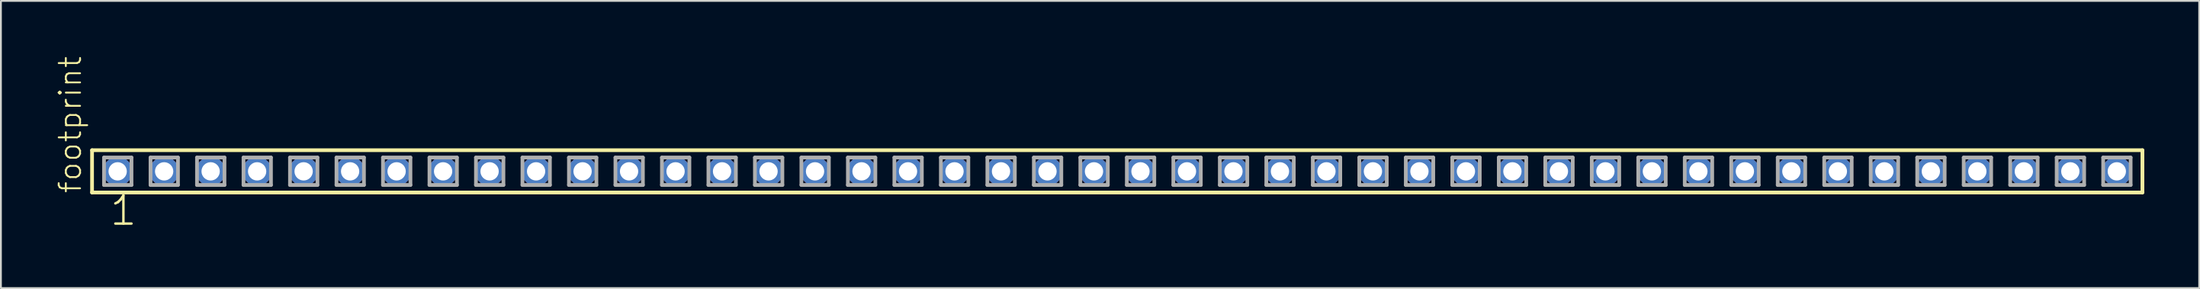
<source format=kicad_pcb>
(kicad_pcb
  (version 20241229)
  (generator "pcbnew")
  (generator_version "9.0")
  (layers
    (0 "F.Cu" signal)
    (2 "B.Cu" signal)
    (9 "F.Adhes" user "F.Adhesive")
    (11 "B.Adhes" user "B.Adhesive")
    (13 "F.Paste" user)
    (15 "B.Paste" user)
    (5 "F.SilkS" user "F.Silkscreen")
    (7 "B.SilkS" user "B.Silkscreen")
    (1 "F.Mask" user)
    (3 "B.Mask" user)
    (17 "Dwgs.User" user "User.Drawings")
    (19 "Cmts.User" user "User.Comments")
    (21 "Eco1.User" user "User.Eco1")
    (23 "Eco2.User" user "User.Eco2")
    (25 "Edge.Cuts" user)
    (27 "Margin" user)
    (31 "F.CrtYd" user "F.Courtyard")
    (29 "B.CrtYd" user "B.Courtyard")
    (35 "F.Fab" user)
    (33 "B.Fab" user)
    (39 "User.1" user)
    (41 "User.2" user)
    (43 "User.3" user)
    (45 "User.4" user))
  (footprint "footprint"
    (layer "F.Cu")
    (at 57.988 6.312)
    (property "Reference" "footprint" (at -56.515 1.27 90) (layer "F.SilkS") (effects (font (size 1.168 1.168) (thickness 0.102)) (justify left bottom)))
    (fp_line (start -56.009 -1.155) (end 56.009 -1.155) (stroke (width 0.203) (type solid)) (layer "F.SilkS"))
    (fp_line (start -56.009 1.155) (end -56.009 -1.155) (stroke (width 0.203) (type solid)) (layer "F.SilkS"))
    (fp_line (start 56.009 -1.155) (end 56.009 1.155) (stroke (width 0.203) (type solid)) (layer "F.SilkS"))
    (fp_line (start 56.009 1.155) (end -56.009 1.155) (stroke (width 0.203) (type solid)) (layer "F.SilkS"))
    (fp_line (start -55.355 -0.755) (end -53.855 -0.755) (stroke (width 0.203) (type solid)) (layer "F.Fab"))
    (fp_line (start -55.355 0.745) (end -55.355 -0.755) (stroke (width 0.203) (type solid)) (layer "F.Fab"))
    (fp_line (start -53.855 -0.755) (end -53.855 0.745) (stroke (width 0.203) (type solid)) (layer "F.Fab"))
    (fp_line (start -53.855 0.745) (end -55.355 0.745) (stroke (width 0.203) (type solid)) (layer "F.Fab"))
    (fp_line (start -52.815 -0.755) (end -51.315 -0.755) (stroke (width 0.203) (type solid)) (layer "F.Fab"))
    (fp_line (start -52.815 0.745) (end -52.815 -0.755) (stroke (width 0.203) (type solid)) (layer "F.Fab"))
    (fp_line (start -51.315 -0.755) (end -51.315 0.745) (stroke (width 0.203) (type solid)) (layer "F.Fab"))
    (fp_line (start -51.315 0.745) (end -52.815 0.745) (stroke (width 0.203) (type solid)) (layer "F.Fab"))
    (fp_line (start -50.275 -0.755) (end -48.775 -0.755) (stroke (width 0.203) (type solid)) (layer "F.Fab"))
    (fp_line (start -50.275 0.745) (end -50.275 -0.755) (stroke (width 0.203) (type solid)) (layer "F.Fab"))
    (fp_line (start -48.775 -0.755) (end -48.775 0.745) (stroke (width 0.203) (type solid)) (layer "F.Fab"))
    (fp_line (start -48.775 0.745) (end -50.275 0.745) (stroke (width 0.203) (type solid)) (layer "F.Fab"))
    (fp_line (start -47.735 -0.755) (end -46.235 -0.755) (stroke (width 0.203) (type solid)) (layer "F.Fab"))
    (fp_line (start -47.735 0.745) (end -47.735 -0.755) (stroke (width 0.203) (type solid)) (layer "F.Fab"))
    (fp_line (start -46.235 -0.755) (end -46.235 0.745) (stroke (width 0.203) (type solid)) (layer "F.Fab"))
    (fp_line (start -46.235 0.745) (end -47.735 0.745) (stroke (width 0.203) (type solid)) (layer "F.Fab"))
    (fp_line (start -45.195 -0.755) (end -43.695 -0.755) (stroke (width 0.203) (type solid)) (layer "F.Fab"))
    (fp_line (start -45.195 0.745) (end -45.195 -0.755) (stroke (width 0.203) (type solid)) (layer "F.Fab"))
    (fp_line (start -43.695 -0.755) (end -43.695 0.745) (stroke (width 0.203) (type solid)) (layer "F.Fab"))
    (fp_line (start -43.695 0.745) (end -45.195 0.745) (stroke (width 0.203) (type solid)) (layer "F.Fab"))
    (fp_line (start -42.655 -0.755) (end -41.155 -0.755) (stroke (width 0.203) (type solid)) (layer "F.Fab"))
    (fp_line (start -42.655 0.745) (end -42.655 -0.755) (stroke (width 0.203) (type solid)) (layer "F.Fab"))
    (fp_line (start -41.155 -0.755) (end -41.155 0.745) (stroke (width 0.203) (type solid)) (layer "F.Fab"))
    (fp_line (start -41.155 0.745) (end -42.655 0.745) (stroke (width 0.203) (type solid)) (layer "F.Fab"))
    (fp_line (start -40.115 -0.755) (end -38.615 -0.755) (stroke (width 0.203) (type solid)) (layer "F.Fab"))
    (fp_line (start -40.115 0.745) (end -40.115 -0.755) (stroke (width 0.203) (type solid)) (layer "F.Fab"))
    (fp_line (start -38.615 -0.755) (end -38.615 0.745) (stroke (width 0.203) (type solid)) (layer "F.Fab"))
    (fp_line (start -38.615 0.745) (end -40.115 0.745) (stroke (width 0.203) (type solid)) (layer "F.Fab"))
    (fp_line (start -37.575 -0.755) (end -36.075 -0.755) (stroke (width 0.203) (type solid)) (layer "F.Fab"))
    (fp_line (start -37.575 0.745) (end -37.575 -0.755) (stroke (width 0.203) (type solid)) (layer "F.Fab"))
    (fp_line (start -36.075 -0.755) (end -36.075 0.745) (stroke (width 0.203) (type solid)) (layer "F.Fab"))
    (fp_line (start -36.075 0.745) (end -37.575 0.745) (stroke (width 0.203) (type solid)) (layer "F.Fab"))
    (fp_line (start -35.035 -0.755) (end -33.535 -0.755) (stroke (width 0.203) (type solid)) (layer "F.Fab"))
    (fp_line (start -35.035 0.745) (end -35.035 -0.755) (stroke (width 0.203) (type solid)) (layer "F.Fab"))
    (fp_line (start -33.535 -0.755) (end -33.535 0.745) (stroke (width 0.203) (type solid)) (layer "F.Fab"))
    (fp_line (start -33.535 0.745) (end -35.035 0.745) (stroke (width 0.203) (type solid)) (layer "F.Fab"))
    (fp_line (start -32.495 -0.755) (end -30.995 -0.755) (stroke (width 0.203) (type solid)) (layer "F.Fab"))
    (fp_line (start -32.495 0.745) (end -32.495 -0.755) (stroke (width 0.203) (type solid)) (layer "F.Fab"))
    (fp_line (start -30.995 -0.755) (end -30.995 0.745) (stroke (width 0.203) (type solid)) (layer "F.Fab"))
    (fp_line (start -30.995 0.745) (end -32.495 0.745) (stroke (width 0.203) (type solid)) (layer "F.Fab"))
    (fp_line (start -29.955 -0.755) (end -28.455 -0.755) (stroke (width 0.203) (type solid)) (layer "F.Fab"))
    (fp_line (start -29.955 0.745) (end -29.955 -0.755) (stroke (width 0.203) (type solid)) (layer "F.Fab"))
    (fp_line (start -28.455 -0.755) (end -28.455 0.745) (stroke (width 0.203) (type solid)) (layer "F.Fab"))
    (fp_line (start -28.455 0.745) (end -29.955 0.745) (stroke (width 0.203) (type solid)) (layer "F.Fab"))
    (fp_line (start -27.415 -0.755) (end -25.915 -0.755) (stroke (width 0.203) (type solid)) (layer "F.Fab"))
    (fp_line (start -27.415 0.745) (end -27.415 -0.755) (stroke (width 0.203) (type solid)) (layer "F.Fab"))
    (fp_line (start -25.915 -0.755) (end -25.915 0.745) (stroke (width 0.203) (type solid)) (layer "F.Fab"))
    (fp_line (start -25.915 0.745) (end -27.415 0.745) (stroke (width 0.203) (type solid)) (layer "F.Fab"))
    (fp_line (start -24.875 -0.755) (end -23.375 -0.755) (stroke (width 0.203) (type solid)) (layer "F.Fab"))
    (fp_line (start -24.875 0.745) (end -24.875 -0.755) (stroke (width 0.203) (type solid)) (layer "F.Fab"))
    (fp_line (start -23.375 -0.755) (end -23.375 0.745) (stroke (width 0.203) (type solid)) (layer "F.Fab"))
    (fp_line (start -23.375 0.745) (end -24.875 0.745) (stroke (width 0.203) (type solid)) (layer "F.Fab"))
    (fp_line (start -22.335 -0.755) (end -20.835 -0.755) (stroke (width 0.203) (type solid)) (layer "F.Fab"))
    (fp_line (start -22.335 0.745) (end -22.335 -0.755) (stroke (width 0.203) (type solid)) (layer "F.Fab"))
    (fp_line (start -20.835 -0.755) (end -20.835 0.745) (stroke (width 0.203) (type solid)) (layer "F.Fab"))
    (fp_line (start -20.835 0.745) (end -22.335 0.745) (stroke (width 0.203) (type solid)) (layer "F.Fab"))
    (fp_line (start -19.795 -0.755) (end -18.295 -0.755) (stroke (width 0.203) (type solid)) (layer "F.Fab"))
    (fp_line (start -19.795 0.745) (end -19.795 -0.755) (stroke (width 0.203) (type solid)) (layer "F.Fab"))
    (fp_line (start -18.295 -0.755) (end -18.295 0.745) (stroke (width 0.203) (type solid)) (layer "F.Fab"))
    (fp_line (start -18.295 0.745) (end -19.795 0.745) (stroke (width 0.203) (type solid)) (layer "F.Fab"))
    (fp_line (start -17.255 -0.755) (end -15.755 -0.755) (stroke (width 0.203) (type solid)) (layer "F.Fab"))
    (fp_line (start -17.255 0.745) (end -17.255 -0.755) (stroke (width 0.203) (type solid)) (layer "F.Fab"))
    (fp_line (start -15.755 -0.755) (end -15.755 0.745) (stroke (width 0.203) (type solid)) (layer "F.Fab"))
    (fp_line (start -15.755 0.745) (end -17.255 0.745) (stroke (width 0.203) (type solid)) (layer "F.Fab"))
    (fp_line (start -14.715 -0.755) (end -13.215 -0.755) (stroke (width 0.203) (type solid)) (layer "F.Fab"))
    (fp_line (start -14.715 0.745) (end -14.715 -0.755) (stroke (width 0.203) (type solid)) (layer "F.Fab"))
    (fp_line (start -13.215 -0.755) (end -13.215 0.745) (stroke (width 0.203) (type solid)) (layer "F.Fab"))
    (fp_line (start -13.215 0.745) (end -14.715 0.745) (stroke (width 0.203) (type solid)) (layer "F.Fab"))
    (fp_line (start -12.175 -0.755) (end -10.675 -0.755) (stroke (width 0.203) (type solid)) (layer "F.Fab"))
    (fp_line (start -12.175 0.745) (end -12.175 -0.755) (stroke (width 0.203) (type solid)) (layer "F.Fab"))
    (fp_line (start -10.675 -0.755) (end -10.675 0.745) (stroke (width 0.203) (type solid)) (layer "F.Fab"))
    (fp_line (start -10.675 0.745) (end -12.175 0.745) (stroke (width 0.203) (type solid)) (layer "F.Fab"))
    (fp_line (start -9.635 -0.755) (end -8.135 -0.755) (stroke (width 0.203) (type solid)) (layer "F.Fab"))
    (fp_line (start -9.635 0.745) (end -9.635 -0.755) (stroke (width 0.203) (type solid)) (layer "F.Fab"))
    (fp_line (start -8.135 -0.755) (end -8.135 0.745) (stroke (width 0.203) (type solid)) (layer "F.Fab"))
    (fp_line (start -8.135 0.745) (end -9.635 0.745) (stroke (width 0.203) (type solid)) (layer "F.Fab"))
    (fp_line (start -7.095 -0.755) (end -5.595 -0.755) (stroke (width 0.203) (type solid)) (layer "F.Fab"))
    (fp_line (start -7.095 0.745) (end -7.095 -0.755) (stroke (width 0.203) (type solid)) (layer "F.Fab"))
    (fp_line (start -5.595 -0.755) (end -5.595 0.745) (stroke (width 0.203) (type solid)) (layer "F.Fab"))
    (fp_line (start -5.595 0.745) (end -7.095 0.745) (stroke (width 0.203) (type solid)) (layer "F.Fab"))
    (fp_line (start -4.555 -0.755) (end -3.055 -0.755) (stroke (width 0.203) (type solid)) (layer "F.Fab"))
    (fp_line (start -4.555 0.745) (end -4.555 -0.755) (stroke (width 0.203) (type solid)) (layer "F.Fab"))
    (fp_line (start -3.055 -0.755) (end -3.055 0.745) (stroke (width 0.203) (type solid)) (layer "F.Fab"))
    (fp_line (start -3.055 0.745) (end -4.555 0.745) (stroke (width 0.203) (type solid)) (layer "F.Fab"))
    (fp_line (start -2.015 -0.755) (end -0.515 -0.755) (stroke (width 0.203) (type solid)) (layer "F.Fab"))
    (fp_line (start -2.015 0.745) (end -2.015 -0.755) (stroke (width 0.203) (type solid)) (layer "F.Fab"))
    (fp_line (start -0.515 -0.755) (end -0.515 0.745) (stroke (width 0.203) (type solid)) (layer "F.Fab"))
    (fp_line (start -0.515 0.745) (end -2.015 0.745) (stroke (width 0.203) (type solid)) (layer "F.Fab"))
    (fp_line (start 0.525 -0.755) (end 2.025 -0.755) (stroke (width 0.203) (type solid)) (layer "F.Fab"))
    (fp_line (start 0.525 0.745) (end 0.525 -0.755) (stroke (width 0.203) (type solid)) (layer "F.Fab"))
    (fp_line (start 2.025 -0.755) (end 2.025 0.745) (stroke (width 0.203) (type solid)) (layer "F.Fab"))
    (fp_line (start 2.025 0.745) (end 0.525 0.745) (stroke (width 0.203) (type solid)) (layer "F.Fab"))
    (fp_line (start 3.065 -0.755) (end 4.565 -0.755) (stroke (width 0.203) (type solid)) (layer "F.Fab"))
    (fp_line (start 3.065 0.745) (end 3.065 -0.755) (stroke (width 0.203) (type solid)) (layer "F.Fab"))
    (fp_line (start 4.565 -0.755) (end 4.565 0.745) (stroke (width 0.203) (type solid)) (layer "F.Fab"))
    (fp_line (start 4.565 0.745) (end 3.065 0.745) (stroke (width 0.203) (type solid)) (layer "F.Fab"))
    (fp_line (start 5.605 -0.755) (end 7.105 -0.755) (stroke (width 0.203) (type solid)) (layer "F.Fab"))
    (fp_line (start 5.605 0.745) (end 5.605 -0.755) (stroke (width 0.203) (type solid)) (layer "F.Fab"))
    (fp_line (start 7.105 -0.755) (end 7.105 0.745) (stroke (width 0.203) (type solid)) (layer "F.Fab"))
    (fp_line (start 7.105 0.745) (end 5.605 0.745) (stroke (width 0.203) (type solid)) (layer "F.Fab"))
    (fp_line (start 8.145 -0.755) (end 9.645 -0.755) (stroke (width 0.203) (type solid)) (layer "F.Fab"))
    (fp_line (start 8.145 0.745) (end 8.145 -0.755) (stroke (width 0.203) (type solid)) (layer "F.Fab"))
    (fp_line (start 9.645 -0.755) (end 9.645 0.745) (stroke (width 0.203) (type solid)) (layer "F.Fab"))
    (fp_line (start 9.645 0.745) (end 8.145 0.745) (stroke (width 0.203) (type solid)) (layer "F.Fab"))
    (fp_line (start 10.685 -0.755) (end 12.185 -0.755) (stroke (width 0.203) (type solid)) (layer "F.Fab"))
    (fp_line (start 10.685 0.745) (end 10.685 -0.755) (stroke (width 0.203) (type solid)) (layer "F.Fab"))
    (fp_line (start 12.185 -0.755) (end 12.185 0.745) (stroke (width 0.203) (type solid)) (layer "F.Fab"))
    (fp_line (start 12.185 0.745) (end 10.685 0.745) (stroke (width 0.203) (type solid)) (layer "F.Fab"))
    (fp_line (start 13.225 -0.755) (end 14.725 -0.755) (stroke (width 0.203) (type solid)) (layer "F.Fab"))
    (fp_line (start 13.225 0.745) (end 13.225 -0.755) (stroke (width 0.203) (type solid)) (layer "F.Fab"))
    (fp_line (start 14.725 -0.755) (end 14.725 0.745) (stroke (width 0.203) (type solid)) (layer "F.Fab"))
    (fp_line (start 14.725 0.745) (end 13.225 0.745) (stroke (width 0.203) (type solid)) (layer "F.Fab"))
    (fp_line (start 15.765 -0.755) (end 17.265 -0.755) (stroke (width 0.203) (type solid)) (layer "F.Fab"))
    (fp_line (start 15.765 0.745) (end 15.765 -0.755) (stroke (width 0.203) (type solid)) (layer "F.Fab"))
    (fp_line (start 17.265 -0.755) (end 17.265 0.745) (stroke (width 0.203) (type solid)) (layer "F.Fab"))
    (fp_line (start 17.265 0.745) (end 15.765 0.745) (stroke (width 0.203) (type solid)) (layer "F.Fab"))
    (fp_line (start 18.305 -0.755) (end 19.805 -0.755) (stroke (width 0.203) (type solid)) (layer "F.Fab"))
    (fp_line (start 18.305 0.745) (end 18.305 -0.755) (stroke (width 0.203) (type solid)) (layer "F.Fab"))
    (fp_line (start 19.805 -0.755) (end 19.805 0.745) (stroke (width 0.203) (type solid)) (layer "F.Fab"))
    (fp_line (start 19.805 0.745) (end 18.305 0.745) (stroke (width 0.203) (type solid)) (layer "F.Fab"))
    (fp_line (start 20.845 -0.755) (end 22.345 -0.755) (stroke (width 0.203) (type solid)) (layer "F.Fab"))
    (fp_line (start 20.845 0.745) (end 20.845 -0.755) (stroke (width 0.203) (type solid)) (layer "F.Fab"))
    (fp_line (start 22.345 -0.755) (end 22.345 0.745) (stroke (width 0.203) (type solid)) (layer "F.Fab"))
    (fp_line (start 22.345 0.745) (end 20.845 0.745) (stroke (width 0.203) (type solid)) (layer "F.Fab"))
    (fp_line (start 23.385 -0.755) (end 24.885 -0.755) (stroke (width 0.203) (type solid)) (layer "F.Fab"))
    (fp_line (start 23.385 0.745) (end 23.385 -0.755) (stroke (width 0.203) (type solid)) (layer "F.Fab"))
    (fp_line (start 24.885 -0.755) (end 24.885 0.745) (stroke (width 0.203) (type solid)) (layer "F.Fab"))
    (fp_line (start 24.885 0.745) (end 23.385 0.745) (stroke (width 0.203) (type solid)) (layer "F.Fab"))
    (fp_line (start 25.925 -0.755) (end 27.425 -0.755) (stroke (width 0.203) (type solid)) (layer "F.Fab"))
    (fp_line (start 25.925 0.745) (end 25.925 -0.755) (stroke (width 0.203) (type solid)) (layer "F.Fab"))
    (fp_line (start 27.425 -0.755) (end 27.425 0.745) (stroke (width 0.203) (type solid)) (layer "F.Fab"))
    (fp_line (start 27.425 0.745) (end 25.925 0.745) (stroke (width 0.203) (type solid)) (layer "F.Fab"))
    (fp_line (start 28.465 -0.755) (end 29.965 -0.755) (stroke (width 0.203) (type solid)) (layer "F.Fab"))
    (fp_line (start 28.465 0.745) (end 28.465 -0.755) (stroke (width 0.203) (type solid)) (layer "F.Fab"))
    (fp_line (start 29.965 -0.755) (end 29.965 0.745) (stroke (width 0.203) (type solid)) (layer "F.Fab"))
    (fp_line (start 29.965 0.745) (end 28.465 0.745) (stroke (width 0.203) (type solid)) (layer "F.Fab"))
    (fp_line (start 31.005 -0.755) (end 32.505 -0.755) (stroke (width 0.203) (type solid)) (layer "F.Fab"))
    (fp_line (start 31.005 0.745) (end 31.005 -0.755) (stroke (width 0.203) (type solid)) (layer "F.Fab"))
    (fp_line (start 32.505 -0.755) (end 32.505 0.745) (stroke (width 0.203) (type solid)) (layer "F.Fab"))
    (fp_line (start 32.505 0.745) (end 31.005 0.745) (stroke (width 0.203) (type solid)) (layer "F.Fab"))
    (fp_line (start 33.545 -0.755) (end 35.045 -0.755) (stroke (width 0.203) (type solid)) (layer "F.Fab"))
    (fp_line (start 33.545 0.745) (end 33.545 -0.755) (stroke (width 0.203) (type solid)) (layer "F.Fab"))
    (fp_line (start 35.045 -0.755) (end 35.045 0.745) (stroke (width 0.203) (type solid)) (layer "F.Fab"))
    (fp_line (start 35.045 0.745) (end 33.545 0.745) (stroke (width 0.203) (type solid)) (layer "F.Fab"))
    (fp_line (start 36.085 -0.755) (end 37.585 -0.755) (stroke (width 0.203) (type solid)) (layer "F.Fab"))
    (fp_line (start 36.085 0.745) (end 36.085 -0.755) (stroke (width 0.203) (type solid)) (layer "F.Fab"))
    (fp_line (start 37.585 -0.755) (end 37.585 0.745) (stroke (width 0.203) (type solid)) (layer "F.Fab"))
    (fp_line (start 37.585 0.745) (end 36.085 0.745) (stroke (width 0.203) (type solid)) (layer "F.Fab"))
    (fp_line (start 38.625 -0.755) (end 40.125 -0.755) (stroke (width 0.203) (type solid)) (layer "F.Fab"))
    (fp_line (start 38.625 0.745) (end 38.625 -0.755) (stroke (width 0.203) (type solid)) (layer "F.Fab"))
    (fp_line (start 40.125 -0.755) (end 40.125 0.745) (stroke (width 0.203) (type solid)) (layer "F.Fab"))
    (fp_line (start 40.125 0.745) (end 38.625 0.745) (stroke (width 0.203) (type solid)) (layer "F.Fab"))
    (fp_line (start 41.165 -0.755) (end 42.665 -0.755) (stroke (width 0.203) (type solid)) (layer "F.Fab"))
    (fp_line (start 41.165 0.745) (end 41.165 -0.755) (stroke (width 0.203) (type solid)) (layer "F.Fab"))
    (fp_line (start 42.665 -0.755) (end 42.665 0.745) (stroke (width 0.203) (type solid)) (layer "F.Fab"))
    (fp_line (start 42.665 0.745) (end 41.165 0.745) (stroke (width 0.203) (type solid)) (layer "F.Fab"))
    (fp_line (start 43.705 -0.755) (end 45.205 -0.755) (stroke (width 0.203) (type solid)) (layer "F.Fab"))
    (fp_line (start 43.705 0.745) (end 43.705 -0.755) (stroke (width 0.203) (type solid)) (layer "F.Fab"))
    (fp_line (start 45.205 -0.755) (end 45.205 0.745) (stroke (width 0.203) (type solid)) (layer "F.Fab"))
    (fp_line (start 45.205 0.745) (end 43.705 0.745) (stroke (width 0.203) (type solid)) (layer "F.Fab"))
    (fp_line (start 46.245 -0.755) (end 47.745 -0.755) (stroke (width 0.203) (type solid)) (layer "F.Fab"))
    (fp_line (start 46.245 0.745) (end 46.245 -0.755) (stroke (width 0.203) (type solid)) (layer "F.Fab"))
    (fp_line (start 47.745 -0.755) (end 47.745 0.745) (stroke (width 0.203) (type solid)) (layer "F.Fab"))
    (fp_line (start 47.745 0.745) (end 46.245 0.745) (stroke (width 0.203) (type solid)) (layer "F.Fab"))
    (fp_line (start 48.785 -0.755) (end 50.285 -0.755) (stroke (width 0.203) (type solid)) (layer "F.Fab"))
    (fp_line (start 48.785 0.745) (end 48.785 -0.755) (stroke (width 0.203) (type solid)) (layer "F.Fab"))
    (fp_line (start 50.285 -0.755) (end 50.285 0.745) (stroke (width 0.203) (type solid)) (layer "F.Fab"))
    (fp_line (start 50.285 0.745) (end 48.785 0.745) (stroke (width 0.203) (type solid)) (layer "F.Fab"))
    (fp_line (start 51.325 -0.755) (end 52.825 -0.755) (stroke (width 0.203) (type solid)) (layer "F.Fab"))
    (fp_line (start 51.325 0.745) (end 51.325 -0.755) (stroke (width 0.203) (type solid)) (layer "F.Fab"))
    (fp_line (start 52.825 -0.755) (end 52.825 0.745) (stroke (width 0.203) (type solid)) (layer "F.Fab"))
    (fp_line (start 52.825 0.745) (end 51.325 0.745) (stroke (width 0.203) (type solid)) (layer "F.Fab"))
    (fp_line (start 53.865 -0.755) (end 55.365 -0.755) (stroke (width 0.203) (type solid)) (layer "F.Fab"))
    (fp_line (start 53.865 0.745) (end 53.865 -0.755) (stroke (width 0.203) (type solid)) (layer "F.Fab"))
    (fp_line (start 55.365 -0.755) (end 55.365 0.745) (stroke (width 0.203) (type solid)) (layer "F.Fab"))
    (fp_line (start 55.365 0.745) (end 53.865 0.745) (stroke (width 0.203) (type solid)) (layer "F.Fab"))
    (fp_text user "1" (at -55.118 3.048 0) (layer "F.SilkS") (effects (font (size 1.542 1.542) (thickness 0.134)) (justify left bottom)))
    (pad "1" thru_hole roundrect (at -54.61 0) (size 1.5 1.5) (drill 1) (layers "*.Cu" "*.Mask") (roundrect_rratio 0.25) (chamfer_ratio 0.25) (chamfer top_left top_right bottom_left bottom_right))
    (pad "2" thru_hole roundrect (at -52.07 0) (size 1.5 1.5) (drill 1) (layers "*.Cu" "*.Mask") (roundrect_rratio 0.25) (chamfer_ratio 0.25) (chamfer top_left top_right bottom_left bottom_right))
    (pad "3" thru_hole roundrect (at -49.53 0) (size 1.5 1.5) (drill 1) (layers "*.Cu" "*.Mask") (roundrect_rratio 0.25) (chamfer_ratio 0.25) (chamfer top_left top_right bottom_left bottom_right))
    (pad "4" thru_hole roundrect (at -46.99 0) (size 1.5 1.5) (drill 1) (layers "*.Cu" "*.Mask") (roundrect_rratio 0.25) (chamfer_ratio 0.25) (chamfer top_left top_right bottom_left bottom_right))
    (pad "5" thru_hole roundrect (at -44.45 0) (size 1.5 1.5) (drill 1) (layers "*.Cu" "*.Mask") (roundrect_rratio 0.25) (chamfer_ratio 0.25) (chamfer top_left top_right bottom_left bottom_right))
    (pad "6" thru_hole roundrect (at -41.91 0) (size 1.5 1.5) (drill 1) (layers "*.Cu" "*.Mask") (roundrect_rratio 0.25) (chamfer_ratio 0.25) (chamfer top_left top_right bottom_left bottom_right))
    (pad "7" thru_hole roundrect (at -39.37 0) (size 1.5 1.5) (drill 1) (layers "*.Cu" "*.Mask") (roundrect_rratio 0.25) (chamfer_ratio 0.25) (chamfer top_left top_right bottom_left bottom_right))
    (pad "8" thru_hole roundrect (at -36.83 0) (size 1.5 1.5) (drill 1) (layers "*.Cu" "*.Mask") (roundrect_rratio 0.25) (chamfer_ratio 0.25) (chamfer top_left top_right bottom_left bottom_right))
    (pad "9" thru_hole roundrect (at -34.29 0) (size 1.5 1.5) (drill 1) (layers "*.Cu" "*.Mask") (roundrect_rratio 0.25) (chamfer_ratio 0.25) (chamfer top_left top_right bottom_left bottom_right))
    (pad "10" thru_hole roundrect (at -31.75 0) (size 1.5 1.5) (drill 1) (layers "*.Cu" "*.Mask") (roundrect_rratio 0.25) (chamfer_ratio 0.25) (chamfer top_left top_right bottom_left bottom_right))
    (pad "11" thru_hole roundrect (at -29.21 0) (size 1.5 1.5) (drill 1) (layers "*.Cu" "*.Mask") (roundrect_rratio 0.25) (chamfer_ratio 0.25) (chamfer top_left top_right bottom_left bottom_right))
    (pad "12" thru_hole roundrect (at -26.67 0) (size 1.5 1.5) (drill 1) (layers "*.Cu" "*.Mask") (roundrect_rratio 0.25) (chamfer_ratio 0.25) (chamfer top_left top_right bottom_left bottom_right))
    (pad "13" thru_hole roundrect (at -24.13 0) (size 1.5 1.5) (drill 1) (layers "*.Cu" "*.Mask") (roundrect_rratio 0.25) (chamfer_ratio 0.25) (chamfer top_left top_right bottom_left bottom_right))
    (pad "14" thru_hole roundrect (at -21.59 0) (size 1.5 1.5) (drill 1) (layers "*.Cu" "*.Mask") (roundrect_rratio 0.25) (chamfer_ratio 0.25) (chamfer top_left top_right bottom_left bottom_right))
    (pad "15" thru_hole roundrect (at -19.05 0) (size 1.5 1.5) (drill 1) (layers "*.Cu" "*.Mask") (roundrect_rratio 0.25) (chamfer_ratio 0.25) (chamfer top_left top_right bottom_left bottom_right))
    (pad "16" thru_hole roundrect (at -16.51 0) (size 1.5 1.5) (drill 1) (layers "*.Cu" "*.Mask") (roundrect_rratio 0.25) (chamfer_ratio 0.25) (chamfer top_left top_right bottom_left bottom_right))
    (pad "17" thru_hole roundrect (at -13.97 0) (size 1.5 1.5) (drill 1) (layers "*.Cu" "*.Mask") (roundrect_rratio 0.25) (chamfer_ratio 0.25) (chamfer top_left top_right bottom_left bottom_right))
    (pad "18" thru_hole roundrect (at -11.43 0) (size 1.5 1.5) (drill 1) (layers "*.Cu" "*.Mask") (roundrect_rratio 0.25) (chamfer_ratio 0.25) (chamfer top_left top_right bottom_left bottom_right))
    (pad "19" thru_hole roundrect (at -8.89 0) (size 1.5 1.5) (drill 1) (layers "*.Cu" "*.Mask") (roundrect_rratio 0.25) (chamfer_ratio 0.25) (chamfer top_left top_right bottom_left bottom_right))
    (pad "20" thru_hole roundrect (at -6.35 0) (size 1.5 1.5) (drill 1) (layers "*.Cu" "*.Mask") (roundrect_rratio 0.25) (chamfer_ratio 0.25) (chamfer top_left top_right bottom_left bottom_right))
    (pad "21" thru_hole roundrect (at -3.81 0) (size 1.5 1.5) (drill 1) (layers "*.Cu" "*.Mask") (roundrect_rratio 0.25) (chamfer_ratio 0.25) (chamfer top_left top_right bottom_left bottom_right))
    (pad "22" thru_hole roundrect (at -1.27 0) (size 1.5 1.5) (drill 1) (layers "*.Cu" "*.Mask") (roundrect_rratio 0.25) (chamfer_ratio 0.25) (chamfer top_left top_right bottom_left bottom_right))
    (pad "23" thru_hole roundrect (at 1.27 0) (size 1.5 1.5) (drill 1) (layers "*.Cu" "*.Mask") (roundrect_rratio 0.25) (chamfer_ratio 0.25) (chamfer top_left top_right bottom_left bottom_right))
    (pad "24" thru_hole roundrect (at 3.81 0) (size 1.5 1.5) (drill 1) (layers "*.Cu" "*.Mask") (roundrect_rratio 0.25) (chamfer_ratio 0.25) (chamfer top_left top_right bottom_left bottom_right))
    (pad "25" thru_hole roundrect (at 6.35 0) (size 1.5 1.5) (drill 1) (layers "*.Cu" "*.Mask") (roundrect_rratio 0.25) (chamfer_ratio 0.25) (chamfer top_left top_right bottom_left bottom_right))
    (pad "26" thru_hole roundrect (at 8.89 0) (size 1.5 1.5) (drill 1) (layers "*.Cu" "*.Mask") (roundrect_rratio 0.25) (chamfer_ratio 0.25) (chamfer top_left top_right bottom_left bottom_right))
    (pad "27" thru_hole roundrect (at 11.43 0) (size 1.5 1.5) (drill 1) (layers "*.Cu" "*.Mask") (roundrect_rratio 0.25) (chamfer_ratio 0.25) (chamfer top_left top_right bottom_left bottom_right))
    (pad "28" thru_hole roundrect (at 13.97 0) (size 1.5 1.5) (drill 1) (layers "*.Cu" "*.Mask") (roundrect_rratio 0.25) (chamfer_ratio 0.25) (chamfer top_left top_right bottom_left bottom_right))
    (pad "29" thru_hole roundrect (at 16.51 0) (size 1.5 1.5) (drill 1) (layers "*.Cu" "*.Mask") (roundrect_rratio 0.25) (chamfer_ratio 0.25) (chamfer top_left top_right bottom_left bottom_right))
    (pad "30" thru_hole roundrect (at 19.05 0) (size 1.5 1.5) (drill 1) (layers "*.Cu" "*.Mask") (roundrect_rratio 0.25) (chamfer_ratio 0.25) (chamfer top_left top_right bottom_left bottom_right))
    (pad "31" thru_hole roundrect (at 21.59 0) (size 1.5 1.5) (drill 1) (layers "*.Cu" "*.Mask") (roundrect_rratio 0.25) (chamfer_ratio 0.25) (chamfer top_left top_right bottom_left bottom_right))
    (pad "32" thru_hole roundrect (at 24.13 0) (size 1.5 1.5) (drill 1) (layers "*.Cu" "*.Mask") (roundrect_rratio 0.25) (chamfer_ratio 0.25) (chamfer top_left top_right bottom_left bottom_right))
    (pad "33" thru_hole roundrect (at 26.67 0) (size 1.5 1.5) (drill 1) (layers "*.Cu" "*.Mask") (roundrect_rratio 0.25) (chamfer_ratio 0.25) (chamfer top_left top_right bottom_left bottom_right))
    (pad "34" thru_hole roundrect (at 29.21 0) (size 1.5 1.5) (drill 1) (layers "*.Cu" "*.Mask") (roundrect_rratio 0.25) (chamfer_ratio 0.25) (chamfer top_left top_right bottom_left bottom_right))
    (pad "35" thru_hole roundrect (at 31.75 0) (size 1.5 1.5) (drill 1) (layers "*.Cu" "*.Mask") (roundrect_rratio 0.25) (chamfer_ratio 0.25) (chamfer top_left top_right bottom_left bottom_right))
    (pad "36" thru_hole roundrect (at 34.29 0) (size 1.5 1.5) (drill 1) (layers "*.Cu" "*.Mask") (roundrect_rratio 0.25) (chamfer_ratio 0.25) (chamfer top_left top_right bottom_left bottom_right))
    (pad "37" thru_hole roundrect (at 36.83 0) (size 1.5 1.5) (drill 1) (layers "*.Cu" "*.Mask") (roundrect_rratio 0.25) (chamfer_ratio 0.25) (chamfer top_left top_right bottom_left bottom_right))
    (pad "38" thru_hole roundrect (at 39.37 0) (size 1.5 1.5) (drill 1) (layers "*.Cu" "*.Mask") (roundrect_rratio 0.25) (chamfer_ratio 0.25) (chamfer top_left top_right bottom_left bottom_right))
    (pad "39" thru_hole roundrect (at 41.91 0) (size 1.5 1.5) (drill 1) (layers "*.Cu" "*.Mask") (roundrect_rratio 0.25) (chamfer_ratio 0.25) (chamfer top_left top_right bottom_left bottom_right))
    (pad "40" thru_hole roundrect (at 44.45 0) (size 1.5 1.5) (drill 1) (layers "*.Cu" "*.Mask") (roundrect_rratio 0.25) (chamfer_ratio 0.25) (chamfer top_left top_right bottom_left bottom_right))
    (pad "41" thru_hole roundrect (at 46.99 0) (size 1.5 1.5) (drill 1) (layers "*.Cu" "*.Mask") (roundrect_rratio 0.25) (chamfer_ratio 0.25) (chamfer top_left top_right bottom_left bottom_right))
    (pad "42" thru_hole roundrect (at 49.53 0) (size 1.5 1.5) (drill 1) (layers "*.Cu" "*.Mask") (roundrect_rratio 0.25) (chamfer_ratio 0.25) (chamfer top_left top_right bottom_left bottom_right))
    (pad "43" thru_hole roundrect (at 52.07 0) (size 1.5 1.5) (drill 1) (layers "*.Cu" "*.Mask") (roundrect_rratio 0.25) (chamfer_ratio 0.25) (chamfer top_left top_right bottom_left bottom_right))
    (pad "44" thru_hole roundrect (at 54.61 0) (size 1.5 1.5) (drill 1) (layers "*.Cu" "*.Mask") (roundrect_rratio 0.25) (chamfer_ratio 0.25) (chamfer top_left top_right bottom_left bottom_right)))
  (gr_rect
    (start -3 -3)
    (end 117.099 12.691)
    (stroke (width 0.1) (type default))
    (fill no)
    (layer "Edge.Cuts")))
</source>
